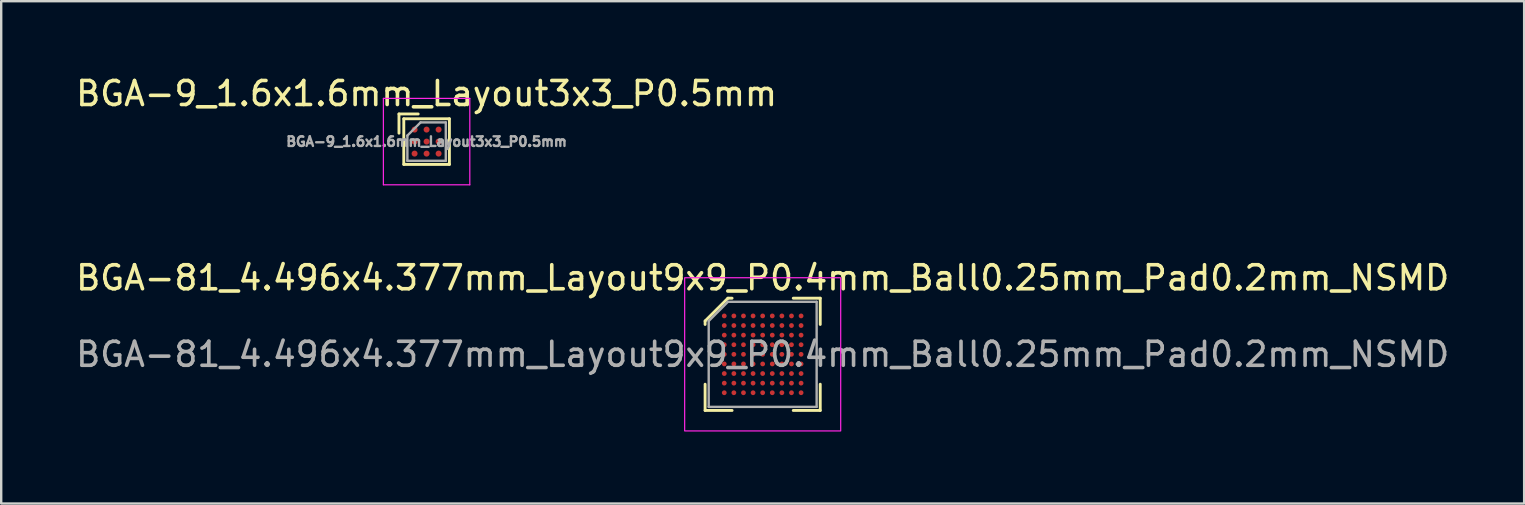
<source format=kicad_pcb>
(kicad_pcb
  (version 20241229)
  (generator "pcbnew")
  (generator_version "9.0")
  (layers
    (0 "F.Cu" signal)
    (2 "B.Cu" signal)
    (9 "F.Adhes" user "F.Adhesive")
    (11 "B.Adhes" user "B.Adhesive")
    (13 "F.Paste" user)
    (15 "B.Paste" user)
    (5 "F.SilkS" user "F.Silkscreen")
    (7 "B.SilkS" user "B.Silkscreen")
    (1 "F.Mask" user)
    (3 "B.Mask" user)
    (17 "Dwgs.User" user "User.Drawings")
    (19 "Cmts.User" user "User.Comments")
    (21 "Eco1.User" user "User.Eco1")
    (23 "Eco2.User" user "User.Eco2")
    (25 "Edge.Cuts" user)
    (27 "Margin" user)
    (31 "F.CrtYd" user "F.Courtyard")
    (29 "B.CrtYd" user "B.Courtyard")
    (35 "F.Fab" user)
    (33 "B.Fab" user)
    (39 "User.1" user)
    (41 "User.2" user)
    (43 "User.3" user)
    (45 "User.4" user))
  (footprint "BGA-81_4.496x4.377mm_Layout9x9_P0.4mm_Ball0.25mm_Pad0.2mm_NSMD"
    (layer "F.Cu")
    (at 28.72 11.71)
    (property "Reference" "BGA-81_4.496x4.377mm_Layout9x9_P0.4mm_Ball0.25mm_Pad0.2mm_NSMD" (at 0 -3.188 0) (layer "F.SilkS") (effects (font (size 1 1) (thickness 0.15))))
    (attr smd)
    (fp_line (start -2.398 -1.389) (end -2.398 -1.244) (stroke (width 0.12) (type solid)) (layer "F.SilkS"))
    (fp_line (start -2.398 2.338) (end -2.398 1.244) (stroke (width 0.12) (type solid)) (layer "F.SilkS"))
    (fp_line (start -1.448 -2.338) (end -2.398 -1.389) (stroke (width 0.12) (type solid)) (layer "F.SilkS"))
    (fp_line (start -1.274 -2.338) (end -1.448 -2.338) (stroke (width 0.12) (type solid)) (layer "F.SilkS"))
    (fp_line (start -1.274 2.338) (end -2.398 2.338) (stroke (width 0.12) (type solid)) (layer "F.SilkS"))
    (fp_line (start 1.274 -2.338) (end 2.398 -2.338) (stroke (width 0.12) (type solid)) (layer "F.SilkS"))
    (fp_line (start 1.274 2.338) (end 2.398 2.338) (stroke (width 0.12) (type solid)) (layer "F.SilkS"))
    (fp_line (start 2.398 -2.338) (end 2.398 -1.244) (stroke (width 0.12) (type solid)) (layer "F.SilkS"))
    (fp_line (start 2.398 2.338) (end 2.398 1.244) (stroke (width 0.12) (type solid)) (layer "F.SilkS"))
    (fp_rect (start -3.25 -3.19) (end 3.25 3.19) (stroke (width 0.05) (type solid)) (fill no) (layer "F.CrtYd"))
    (fp_line (start -2.248 -1.389) (end -2.248 2.188) (stroke (width 0.1) (type solid)) (layer "F.Fab"))
    (fp_line (start -2.248 2.188) (end 2.248 2.188) (stroke (width 0.1) (type solid)) (layer "F.Fab"))
    (fp_line (start -1.448 -2.188) (end -2.248 -1.389) (stroke (width 0.1) (type solid)) (layer "F.Fab"))
    (fp_line (start 2.248 -2.188) (end -1.448 -2.188) (stroke (width 0.1) (type solid)) (layer "F.Fab"))
    (fp_line (start 2.248 2.188) (end 2.248 -2.188) (stroke (width 0.1) (type solid)) (layer "F.Fab"))
    (fp_text user "${REFERENCE}" (at 0 0 0) (layer "F.Fab") (effects (font (size 1 1) (thickness 0.15))))
    (pad "A1" smd circle (at -1.6 -1.6) (size 0.2 0.2) (layers "F.Cu" "F.Mask" "F.Paste"))
    (pad "A2" smd circle (at -1.2 -1.6) (size 0.2 0.2) (layers "F.Cu" "F.Mask" "F.Paste"))
    (pad "A3" smd circle (at -0.8 -1.6) (size 0.2 0.2) (layers "F.Cu" "F.Mask" "F.Paste"))
    (pad "A4" smd circle (at -0.4 -1.6) (size 0.2 0.2) (layers "F.Cu" "F.Mask" "F.Paste"))
    (pad "A5" smd circle (at 0 -1.6) (size 0.2 0.2) (layers "F.Cu" "F.Mask" "F.Paste"))
    (pad "A6" smd circle (at 0.4 -1.6) (size 0.2 0.2) (layers "F.Cu" "F.Mask" "F.Paste"))
    (pad "A7" smd circle (at 0.8 -1.6) (size 0.2 0.2) (layers "F.Cu" "F.Mask" "F.Paste"))
    (pad "A8" smd circle (at 1.2 -1.6) (size 0.2 0.2) (layers "F.Cu" "F.Mask" "F.Paste"))
    (pad "A9" smd circle (at 1.6 -1.6) (size 0.2 0.2) (layers "F.Cu" "F.Mask" "F.Paste"))
    (pad "B1" smd circle (at -1.6 -1.2) (size 0.2 0.2) (layers "F.Cu" "F.Mask" "F.Paste"))
    (pad "B2" smd circle (at -1.2 -1.2) (size 0.2 0.2) (layers "F.Cu" "F.Mask" "F.Paste"))
    (pad "B3" smd circle (at -0.8 -1.2) (size 0.2 0.2) (layers "F.Cu" "F.Mask" "F.Paste"))
    (pad "B4" smd circle (at -0.4 -1.2) (size 0.2 0.2) (layers "F.Cu" "F.Mask" "F.Paste"))
    (pad "B5" smd circle (at 0 -1.2) (size 0.2 0.2) (layers "F.Cu" "F.Mask" "F.Paste"))
    (pad "B6" smd circle (at 0.4 -1.2) (size 0.2 0.2) (layers "F.Cu" "F.Mask" "F.Paste"))
    (pad "B7" smd circle (at 0.8 -1.2) (size 0.2 0.2) (layers "F.Cu" "F.Mask" "F.Paste"))
    (pad "B8" smd circle (at 1.2 -1.2) (size 0.2 0.2) (layers "F.Cu" "F.Mask" "F.Paste"))
    (pad "B9" smd circle (at 1.6 -1.2) (size 0.2 0.2) (layers "F.Cu" "F.Mask" "F.Paste"))
    (pad "C1" smd circle (at -1.6 -0.8) (size 0.2 0.2) (layers "F.Cu" "F.Mask" "F.Paste"))
    (pad "C2" smd circle (at -1.2 -0.8) (size 0.2 0.2) (layers "F.Cu" "F.Mask" "F.Paste"))
    (pad "C3" smd circle (at -0.8 -0.8) (size 0.2 0.2) (layers "F.Cu" "F.Mask" "F.Paste"))
    (pad "C4" smd circle (at -0.4 -0.8) (size 0.2 0.2) (layers "F.Cu" "F.Mask" "F.Paste"))
    (pad "C5" smd circle (at 0 -0.8) (size 0.2 0.2) (layers "F.Cu" "F.Mask" "F.Paste"))
    (pad "C6" smd circle (at 0.4 -0.8) (size 0.2 0.2) (layers "F.Cu" "F.Mask" "F.Paste"))
    (pad "C7" smd circle (at 0.8 -0.8) (size 0.2 0.2) (layers "F.Cu" "F.Mask" "F.Paste"))
    (pad "C8" smd circle (at 1.2 -0.8) (size 0.2 0.2) (layers "F.Cu" "F.Mask" "F.Paste"))
    (pad "C9" smd circle (at 1.6 -0.8) (size 0.2 0.2) (layers "F.Cu" "F.Mask" "F.Paste"))
    (pad "D1" smd circle (at -1.6 -0.4) (size 0.2 0.2) (layers "F.Cu" "F.Mask" "F.Paste"))
    (pad "D2" smd circle (at -1.2 -0.4) (size 0.2 0.2) (layers "F.Cu" "F.Mask" "F.Paste"))
    (pad "D3" smd circle (at -0.8 -0.4) (size 0.2 0.2) (layers "F.Cu" "F.Mask" "F.Paste"))
    (pad "D4" smd circle (at -0.4 -0.4) (size 0.2 0.2) (layers "F.Cu" "F.Mask" "F.Paste"))
    (pad "D5" smd circle (at 0 -0.4) (size 0.2 0.2) (layers "F.Cu" "F.Mask" "F.Paste"))
    (pad "D6" smd circle (at 0.4 -0.4) (size 0.2 0.2) (layers "F.Cu" "F.Mask" "F.Paste"))
    (pad "D7" smd circle (at 0.8 -0.4) (size 0.2 0.2) (layers "F.Cu" "F.Mask" "F.Paste"))
    (pad "D8" smd circle (at 1.2 -0.4) (size 0.2 0.2) (layers "F.Cu" "F.Mask" "F.Paste"))
    (pad "D9" smd circle (at 1.6 -0.4) (size 0.2 0.2) (layers "F.Cu" "F.Mask" "F.Paste"))
    (pad "E1" smd circle (at -1.6 0) (size 0.2 0.2) (layers "F.Cu" "F.Mask" "F.Paste"))
    (pad "E2" smd circle (at -1.2 0) (size 0.2 0.2) (layers "F.Cu" "F.Mask" "F.Paste"))
    (pad "E3" smd circle (at -0.8 0) (size 0.2 0.2) (layers "F.Cu" "F.Mask" "F.Paste"))
    (pad "E4" smd circle (at -0.4 0) (size 0.2 0.2) (layers "F.Cu" "F.Mask" "F.Paste"))
    (pad "E5" smd circle (at 0 0) (size 0.2 0.2) (layers "F.Cu" "F.Mask" "F.Paste"))
    (pad "E6" smd circle (at 0.4 0) (size 0.2 0.2) (layers "F.Cu" "F.Mask" "F.Paste"))
    (pad "E7" smd circle (at 0.8 0) (size 0.2 0.2) (layers "F.Cu" "F.Mask" "F.Paste"))
    (pad "E8" smd circle (at 1.2 0) (size 0.2 0.2) (layers "F.Cu" "F.Mask" "F.Paste"))
    (pad "E9" smd circle (at 1.6 0) (size 0.2 0.2) (layers "F.Cu" "F.Mask" "F.Paste"))
    (pad "F1" smd circle (at -1.6 0.4) (size 0.2 0.2) (layers "F.Cu" "F.Mask" "F.Paste"))
    (pad "F2" smd circle (at -1.2 0.4) (size 0.2 0.2) (layers "F.Cu" "F.Mask" "F.Paste"))
    (pad "F3" smd circle (at -0.8 0.4) (size 0.2 0.2) (layers "F.Cu" "F.Mask" "F.Paste"))
    (pad "F4" smd circle (at -0.4 0.4) (size 0.2 0.2) (layers "F.Cu" "F.Mask" "F.Paste"))
    (pad "F5" smd circle (at 0 0.4) (size 0.2 0.2) (layers "F.Cu" "F.Mask" "F.Paste"))
    (pad "F6" smd circle (at 0.4 0.4) (size 0.2 0.2) (layers "F.Cu" "F.Mask" "F.Paste"))
    (pad "F7" smd circle (at 0.8 0.4) (size 0.2 0.2) (layers "F.Cu" "F.Mask" "F.Paste"))
    (pad "F8" smd circle (at 1.2 0.4) (size 0.2 0.2) (layers "F.Cu" "F.Mask" "F.Paste"))
    (pad "F9" smd circle (at 1.6 0.4) (size 0.2 0.2) (layers "F.Cu" "F.Mask" "F.Paste"))
    (pad "G1" smd circle (at -1.6 0.8) (size 0.2 0.2) (layers "F.Cu" "F.Mask" "F.Paste"))
    (pad "G2" smd circle (at -1.2 0.8) (size 0.2 0.2) (layers "F.Cu" "F.Mask" "F.Paste"))
    (pad "G3" smd circle (at -0.8 0.8) (size 0.2 0.2) (layers "F.Cu" "F.Mask" "F.Paste"))
    (pad "G4" smd circle (at -0.4 0.8) (size 0.2 0.2) (layers "F.Cu" "F.Mask" "F.Paste"))
    (pad "G5" smd circle (at 0 0.8) (size 0.2 0.2) (layers "F.Cu" "F.Mask" "F.Paste"))
    (pad "G6" smd circle (at 0.4 0.8) (size 0.2 0.2) (layers "F.Cu" "F.Mask" "F.Paste"))
    (pad "G7" smd circle (at 0.8 0.8) (size 0.2 0.2) (layers "F.Cu" "F.Mask" "F.Paste"))
    (pad "G8" smd circle (at 1.2 0.8) (size 0.2 0.2) (layers "F.Cu" "F.Mask" "F.Paste"))
    (pad "G9" smd circle (at 1.6 0.8) (size 0.2 0.2) (layers "F.Cu" "F.Mask" "F.Paste"))
    (pad "H1" smd circle (at -1.6 1.2) (size 0.2 0.2) (layers "F.Cu" "F.Mask" "F.Paste"))
    (pad "H2" smd circle (at -1.2 1.2) (size 0.2 0.2) (layers "F.Cu" "F.Mask" "F.Paste"))
    (pad "H3" smd circle (at -0.8 1.2) (size 0.2 0.2) (layers "F.Cu" "F.Mask" "F.Paste"))
    (pad "H4" smd circle (at -0.4 1.2) (size 0.2 0.2) (layers "F.Cu" "F.Mask" "F.Paste"))
    (pad "H5" smd circle (at 0 1.2) (size 0.2 0.2) (layers "F.Cu" "F.Mask" "F.Paste"))
    (pad "H6" smd circle (at 0.4 1.2) (size 0.2 0.2) (layers "F.Cu" "F.Mask" "F.Paste"))
    (pad "H7" smd circle (at 0.8 1.2) (size 0.2 0.2) (layers "F.Cu" "F.Mask" "F.Paste"))
    (pad "H8" smd circle (at 1.2 1.2) (size 0.2 0.2) (layers "F.Cu" "F.Mask" "F.Paste"))
    (pad "H9" smd circle (at 1.6 1.2) (size 0.2 0.2) (layers "F.Cu" "F.Mask" "F.Paste"))
    (pad "J1" smd circle (at -1.6 1.6) (size 0.2 0.2) (layers "F.Cu" "F.Mask" "F.Paste"))
    (pad "J2" smd circle (at -1.2 1.6) (size 0.2 0.2) (layers "F.Cu" "F.Mask" "F.Paste"))
    (pad "J3" smd circle (at -0.8 1.6) (size 0.2 0.2) (layers "F.Cu" "F.Mask" "F.Paste"))
    (pad "J4" smd circle (at -0.4 1.6) (size 0.2 0.2) (layers "F.Cu" "F.Mask" "F.Paste"))
    (pad "J5" smd circle (at 0 1.6) (size 0.2 0.2) (layers "F.Cu" "F.Mask" "F.Paste"))
    (pad "J6" smd circle (at 0.4 1.6) (size 0.2 0.2) (layers "F.Cu" "F.Mask" "F.Paste"))
    (pad "J7" smd circle (at 0.8 1.6) (size 0.2 0.2) (layers "F.Cu" "F.Mask" "F.Paste"))
    (pad "J8" smd circle (at 1.2 1.6) (size 0.2 0.2) (layers "F.Cu" "F.Mask" "F.Paste"))
    (pad "J9" smd circle (at 1.6 1.6) (size 0.2 0.2) (layers "F.Cu" "F.Mask" "F.Paste")))
  (footprint "BGA-9_1.6x1.6mm_Layout3x3_P0.5mm"
    (layer "F.Cu")
    (at 14.72 2.848)
    (property "Reference" "BGA-9_1.6x1.6mm_Layout3x3_P0.5mm" (at 0 -2 0) (layer "F.SilkS") (effects (font (size 1 1) (thickness 0.15))))
    (attr smd)
    (fp_line (start -1.15 -1.15) (end -1.15 -0.35) (stroke (width 0.12) (type solid)) (layer "F.SilkS"))
    (fp_line (start -1.15 -1.15) (end -0.35 -1.15) (stroke (width 0.12) (type solid)) (layer "F.SilkS"))
    (fp_line (start -0.95 -0.95) (end -0.95 0.95) (stroke (width 0.12) (type solid)) (layer "F.SilkS"))
    (fp_line (start -0.95 0.95) (end 0.95 0.95) (stroke (width 0.12) (type solid)) (layer "F.SilkS"))
    (fp_line (start 0.95 -0.95) (end -0.95 -0.95) (stroke (width 0.12) (type solid)) (layer "F.SilkS"))
    (fp_line (start 0.95 0.95) (end 0.95 -0.95) (stroke (width 0.12) (type solid)) (layer "F.SilkS"))
    (fp_line (start -1.8 -1.8) (end -1.8 1.8) (stroke (width 0.05) (type solid)) (layer "F.CrtYd"))
    (fp_line (start -1.8 -1.8) (end 1.8 -1.8) (stroke (width 0.05) (type solid)) (layer "F.CrtYd"))
    (fp_line (start 1.8 1.8) (end -1.8 1.8) (stroke (width 0.05) (type solid)) (layer "F.CrtYd"))
    (fp_line (start 1.8 1.8) (end 1.8 -1.8) (stroke (width 0.05) (type solid)) (layer "F.CrtYd"))
    (fp_line (start -0.8 -0.25) (end -0.25 -0.8) (stroke (width 0.1) (type solid)) (layer "F.Fab"))
    (fp_line (start -0.8 0.8) (end -0.8 -0.25) (stroke (width 0.1) (type solid)) (layer "F.Fab"))
    (fp_line (start -0.25 -0.8) (end 0.8 -0.8) (stroke (width 0.1) (type solid)) (layer "F.Fab"))
    (fp_line (start 0.8 -0.8) (end 0.8 0.8) (stroke (width 0.1) (type solid)) (layer "F.Fab"))
    (fp_line (start 0.8 0.8) (end -0.8 0.8) (stroke (width 0.1) (type solid)) (layer "F.Fab"))
    (fp_text user "${REFERENCE}" (at 0 0 0) (layer "F.Fab") (effects (font (size 0.4 0.4) (thickness 0.1))))
    (pad "A1" smd circle (at -0.5 -0.5) (size 0.25 0.25) (layers "F.Cu" "F.Mask" "F.Paste"))
    (pad "A2" smd circle (at 0 -0.5) (size 0.25 0.25) (layers "F.Cu" "F.Mask" "F.Paste"))
    (pad "A3" smd circle (at 0.5 -0.5) (size 0.25 0.25) (layers "F.Cu" "F.Mask" "F.Paste"))
    (pad "B1" smd circle (at -0.5 0) (size 0.25 0.25) (layers "F.Cu" "F.Mask" "F.Paste"))
    (pad "B2" smd circle (at 0 0) (size 0.25 0.25) (layers "F.Cu" "F.Mask" "F.Paste"))
    (pad "B3" smd circle (at 0.5 0) (size 0.25 0.25) (layers "F.Cu" "F.Mask" "F.Paste"))
    (pad "C1" smd circle (at -0.5 0.5) (size 0.25 0.25) (layers "F.Cu" "F.Mask" "F.Paste"))
    (pad "C2" smd circle (at 0 0.5) (size 0.25 0.25) (layers "F.Cu" "F.Mask" "F.Paste"))
    (pad "C3" smd circle (at 0.5 0.5) (size 0.25 0.25) (layers "F.Cu" "F.Mask" "F.Paste")))
  (gr_rect
    (start -3 -3)
    (end 60.44 17.925)
    (stroke (width 0.1) (type default))
    (fill no)
    (layer "Edge.Cuts")))
</source>
